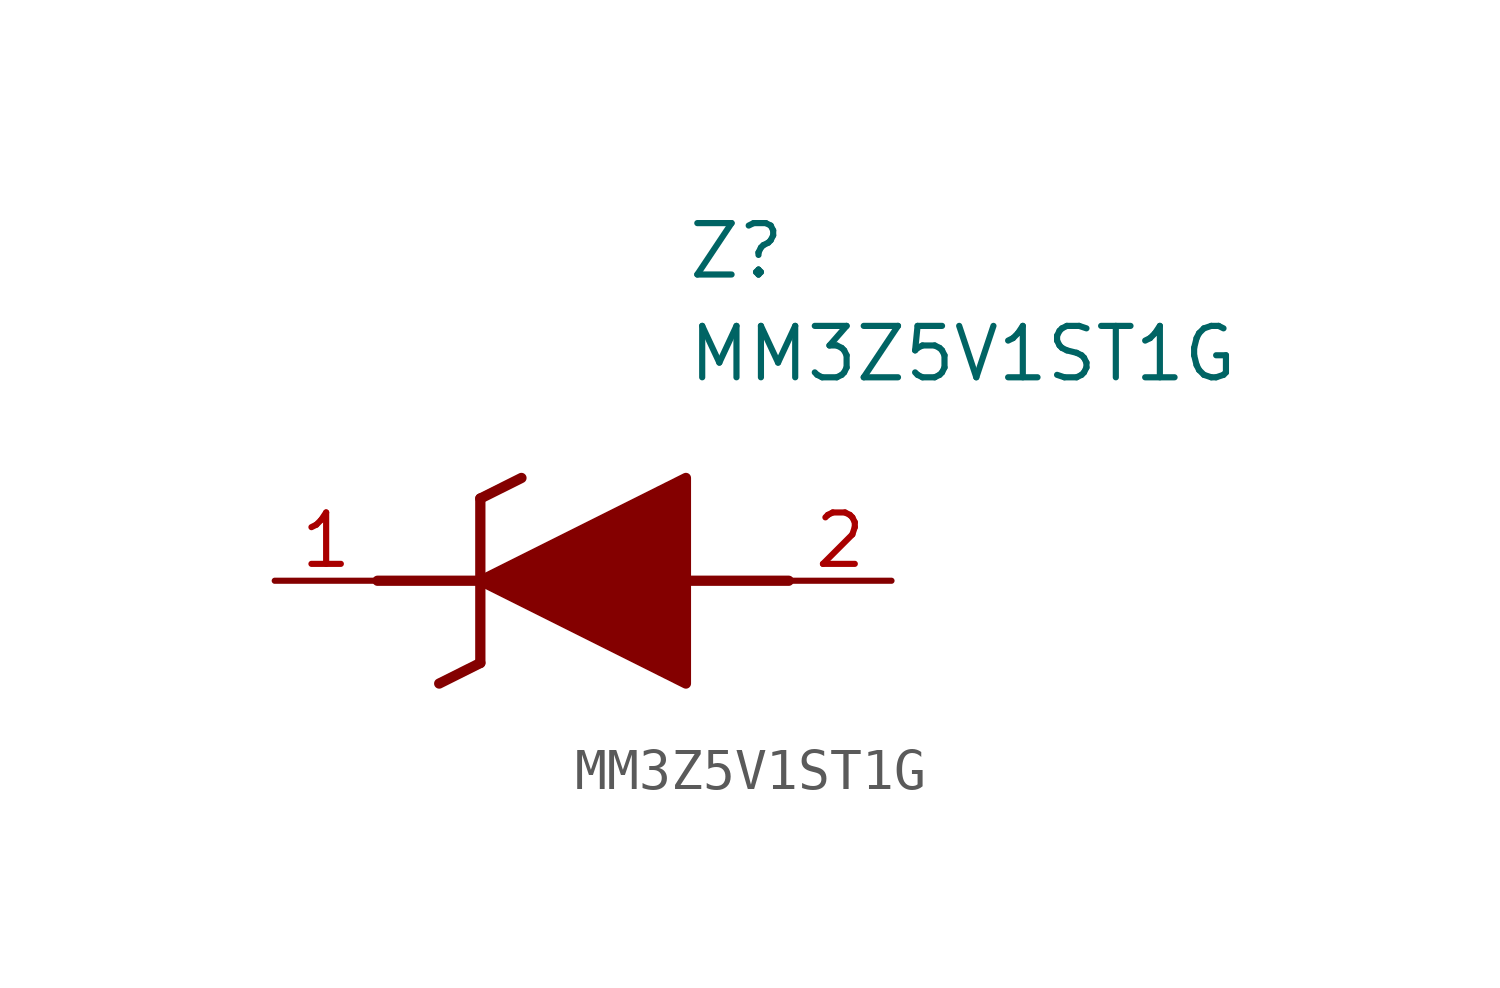
<source format=kicad_sym>
(kicad_symbol_lib
  (version 20211014)
  (generator SamacSys_ECAD_Model)
  (symbol "MM3Z5V1ST1G"
    (pin_names hide)
    (property "Reference" "Z"
      (at 10.16 8.89 0)
      (effects (font (size 1.27 1.27)) (justify left top)))
    (property "Value" "MM3Z5V1ST1G"
      (at 10.16 6.35 0)
      (effects (font (size 1.27 1.27)) (justify left top)))
    (polyline
      (pts (xy 5.08 2.032) (xy 5.08 -2.032))
      (stroke (width 0.254) (type default))
      (fill (type none)))
    (polyline
      (pts (xy 5.08 2.032) (xy 6.096 2.54))
      (stroke (width 0.254) (type default))
      (fill (type none)))
    (polyline
      (pts (xy 4.064 -2.54) (xy 5.08 -2.032))
      (stroke (width 0.254) (type default))
      (fill (type none)))
    (polyline
      (pts (xy 2.54 0) (xy 5.08 0))
      (stroke (width 0.254) (type default))
      (fill (type none)))
    (polyline
      (pts (xy 12.7 0) (xy 10.16 0))
      (stroke (width 0.254) (type default))
      (fill (type none)))
    (polyline
      (pts (xy 5.08 0) (xy 10.16 2.54) (xy 10.16 -2.54) (xy 5.08 0))
      (stroke (width 0.254) (type default))
      (fill (type outline)))
    (pin passive line
      (at 0 0 0)
      (length 2.54)
      (name "K" (effects (font (size 1.27 1.27))))
      (number "1" (effects (font (size 1.27 1.27)))))
    (pin passive line
      (at 15.24 0 180)
      (length 2.54)
      (name "A" (effects (font (size 1.27 1.27))))
      (number "2" (effects (font (size 1.27 1.27)))))))
</source>
